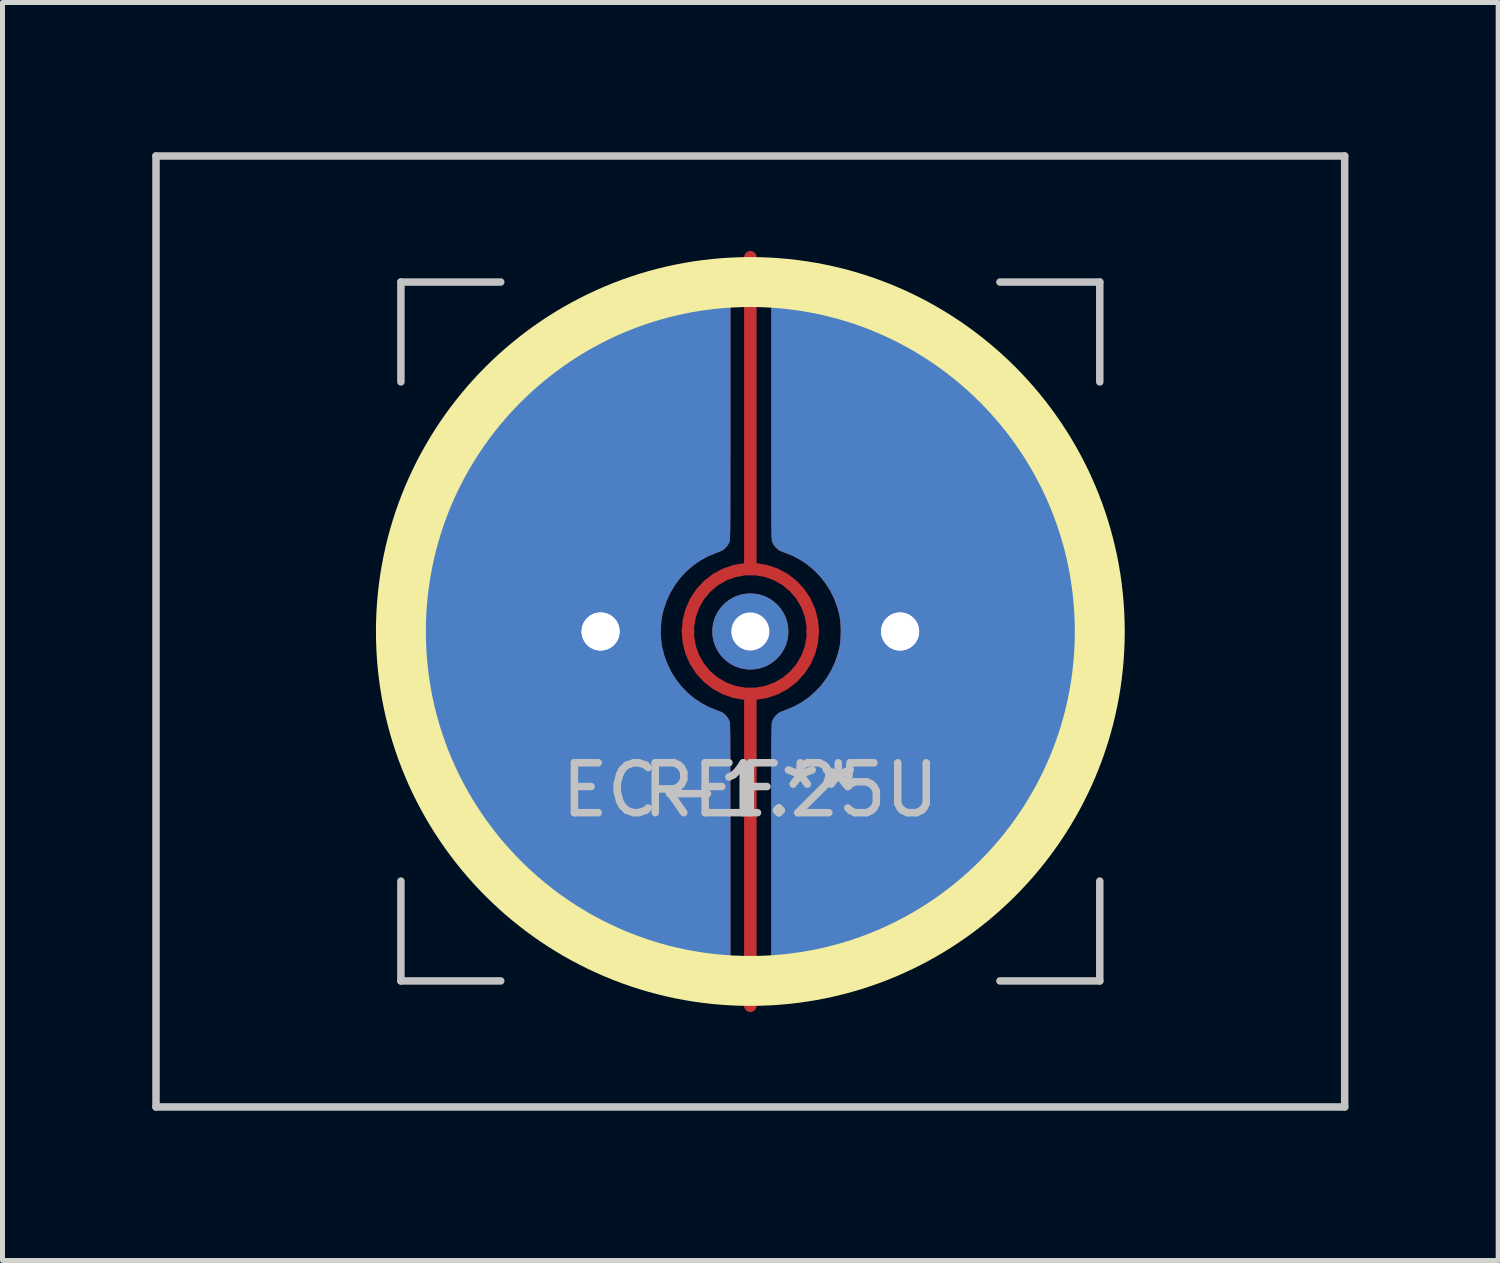
<source format=kicad_pcb>
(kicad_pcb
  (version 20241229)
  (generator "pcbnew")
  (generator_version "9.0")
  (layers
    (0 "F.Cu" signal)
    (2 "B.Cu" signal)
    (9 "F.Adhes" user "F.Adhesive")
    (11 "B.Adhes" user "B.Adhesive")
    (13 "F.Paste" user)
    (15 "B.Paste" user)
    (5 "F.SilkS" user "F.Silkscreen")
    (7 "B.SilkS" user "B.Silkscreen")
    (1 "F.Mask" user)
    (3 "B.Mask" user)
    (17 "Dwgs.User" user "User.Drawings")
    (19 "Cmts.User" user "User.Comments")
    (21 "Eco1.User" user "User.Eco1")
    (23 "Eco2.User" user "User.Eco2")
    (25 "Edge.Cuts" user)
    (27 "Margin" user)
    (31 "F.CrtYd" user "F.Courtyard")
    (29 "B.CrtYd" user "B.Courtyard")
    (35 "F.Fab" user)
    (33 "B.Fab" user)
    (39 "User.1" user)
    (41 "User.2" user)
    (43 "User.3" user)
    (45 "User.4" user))
  (footprint "EC-1.25U"
    (layer "F.Cu")
    (at 11.981 9.6)
    (property "Reference" "EC-1.25U" (at 0 3.175 0) (layer "Dwgs.User") (effects (font (size 1 1) (thickness 0.15))))
    (attr through_hole)
    (fp_circle (center 0 0) (end 7 0) (stroke (width 1) (type solid)) (fill no) (layer "F.SilkS"))
    (fp_line (start -11.906 -9.525) (end 11.906 -9.525) (stroke (width 0.15) (type solid)) (layer "Dwgs.User"))
    (fp_line (start -11.906 9.525) (end -11.906 -9.525) (stroke (width 0.15) (type solid)) (layer "Dwgs.User"))
    (fp_line (start -11.906 9.525) (end 11.906 9.525) (stroke (width 0.15) (type solid)) (layer "Dwgs.User"))
    (fp_line (start -7 -7) (end -7 -5) (stroke (width 0.15) (type solid)) (layer "Dwgs.User"))
    (fp_line (start -7 5) (end -7 7) (stroke (width 0.15) (type solid)) (layer "Dwgs.User"))
    (fp_line (start -7 7) (end -5 7) (stroke (width 0.15) (type solid)) (layer "Dwgs.User"))
    (fp_line (start -5 -7) (end -7 -7) (stroke (width 0.15) (type solid)) (layer "Dwgs.User"))
    (fp_line (start 5 -7) (end 7 -7) (stroke (width 0.15) (type solid)) (layer "Dwgs.User"))
    (fp_line (start 5 7) (end 7 7) (stroke (width 0.15) (type solid)) (layer "Dwgs.User"))
    (fp_line (start 7 -7) (end 7 -5) (stroke (width 0.15) (type solid)) (layer "Dwgs.User"))
    (fp_line (start 7 7) (end 7 5) (stroke (width 0.15) (type solid)) (layer "Dwgs.User"))
    (fp_line (start 11.906 -9.525) (end 11.906 9.525) (stroke (width 0.15) (type solid)) (layer "Dwgs.User"))
    (fp_text user "REF**" (at 0 3.175 0) (layer "Dwgs.User") (effects (font (size 1 1) (thickness 0.15))))
    (pad "" thru_hole circle (at 0 0) (size 1.524 1.524) (drill 0.762) (layers "*.Cu" "B.Mask"))
    (pad "1" thru_hole circle (at 3 0) (size 1.524 1.524) (drill 0.762) (layers "*.Cu" "B.Mask"))
    (pad "1" thru_hole custom (at 3 0) (size 1.524 1.524) (drill 0.762) (layers "F.Cu") (options (anchor circle)) (primitives (gr_poly (pts (xy -2.241 -7.099) (xy -2.176 -7.096) (xy -2.094 -7.089) (xy -2 -7.079) (xy -1.895 -7.065) (xy -1.782 -7.048) (xy -1.666 -7.029) (xy -1.548 -7.008) (xy -1.432 -6.986) (xy -1.322 -6.963) (xy -1.28 -6.954) (xy -0.92 -6.863) (xy -0.564 -6.752) (xy -0.215 -6.623) (xy 0.128 -6.476) (xy 0.463 -6.311) (xy 0.789 -6.128) (xy 1.105 -5.929) (xy 1.411 -5.714) (xy 1.672 -5.51) (xy 1.875 -5.335) (xy 2.079 -5.146) (xy 2.279 -4.947) (xy 2.47 -4.741) (xy 2.649 -4.534) (xy 2.719 -4.449) (xy 2.944 -4.151) (xy 3.153 -3.842) (xy 3.345 -3.522) (xy 3.521 -3.193) (xy 3.679 -2.855) (xy 3.82 -2.51) (xy 3.942 -2.157) (xy 4.046 -1.8) (xy 4.13 -1.437) (xy 4.148 -1.346) (xy 4.21 -0.973) (xy 4.251 -0.599) (xy 4.273 -0.225) (xy 4.275 0.149) (xy 4.257 0.523) (xy 4.22 0.895) (xy 4.163 1.264) (xy 4.087 1.631) (xy 3.992 1.993) (xy 3.877 2.351) (xy 3.758 2.668) (xy 3.608 3.015) (xy 3.44 3.352) (xy 3.254 3.679) (xy 3.051 3.997) (xy 2.83 4.305) (xy 2.593 4.602) (xy 2.514 4.694) (xy 2.461 4.753) (xy 2.397 4.822) (xy 2.324 4.899) (xy 2.246 4.979) (xy 2.166 5.059) (xy 2.087 5.137) (xy 2.013 5.209) (xy 1.946 5.272) (xy 1.917 5.298) (xy 1.631 5.543) (xy 1.334 5.771) (xy 1.026 5.982) (xy 0.707 6.177) (xy 0.379 6.354) (xy 0.042 6.515) (xy -0.302 6.657) (xy -0.654 6.781) (xy -1.013 6.887) (xy -1.377 6.975) (xy -1.747 7.043) (xy -1.971 7.074) (xy -2.07 7.086) (xy -2.151 7.094) (xy -2.216 7.099) (xy -2.267 7.101) (xy -2.305 7.099) (xy -2.329 7.095) (xy -2.403 7.067) (xy -2.468 7.021) (xy -2.522 6.962) (xy -2.555 6.907) (xy -2.581 6.85) (xy -2.581 4.348) (xy -2.581 4.084) (xy -2.581 3.838) (xy -2.581 3.612) (xy -2.581 3.403) (xy -2.581 3.211) (xy -2.581 3.035) (xy -2.581 2.875) (xy -2.58 2.729) (xy -2.58 2.598) (xy -2.58 2.48) (xy -2.58 2.375) (xy -2.579 2.281) (xy -2.579 2.199) (xy -2.578 2.126) (xy -2.577 2.064) (xy -2.577 2.01) (xy -2.576 1.964) (xy -2.575 1.926) (xy -2.574 1.894) (xy -2.573 1.869) (xy -2.571 1.848) (xy -2.57 1.832) (xy -2.569 1.819) (xy -2.567 1.809) (xy -2.565 1.801) (xy -2.563 1.795) (xy -2.563 1.794) (xy -2.54 1.747) (xy -2.504 1.698) (xy -2.463 1.655) (xy -2.42 1.624) (xy -2.414 1.62) (xy -2.386 1.608) (xy -2.347 1.592) (xy -2.303 1.575) (xy -2.288 1.57) (xy -2.124 1.502) (xy -1.971 1.417) (xy -1.827 1.316) (xy -1.696 1.2) (xy -1.577 1.072) (xy -1.471 0.931) (xy -1.381 0.779) (xy -1.305 0.617) (xy -1.247 0.446) (xy -1.213 0.31) (xy -1.2 0.221) (xy -1.192 0.119) (xy -1.189 0.011) (xy -1.191 -0.098) (xy -1.198 -0.202) (xy -1.21 -0.293) (xy -1.213 -0.31) (xy -1.259 -0.486) (xy -1.321 -0.655) (xy -1.4 -0.815) (xy -1.494 -0.964) (xy -1.603 -1.102) (xy -1.725 -1.228) (xy -1.859 -1.34) (xy -2.005 -1.437) (xy -2.161 -1.519) (xy -2.288 -1.57) (xy -2.332 -1.586) (xy -2.374 -1.603) (xy -2.407 -1.617) (xy -2.414 -1.62) (xy -2.456 -1.649) (xy -2.498 -1.691) (xy -2.535 -1.739) (xy -2.56 -1.787) (xy -2.563 -1.794) (xy -2.565 -1.8) (xy -2.567 -1.808) (xy -2.568 -1.817) (xy -2.57 -1.829) (xy -2.571 -1.845) (xy -2.572 -1.865) (xy -2.574 -1.89) (xy -2.575 -1.921) (xy -2.576 -1.958) (xy -2.577 -2.002) (xy -2.577 -2.054) (xy -2.578 -2.116) (xy -2.579 -2.186) (xy -2.579 -2.267) (xy -2.579 -2.359) (xy -2.58 -2.462) (xy -2.58 -2.578) (xy -2.58 -2.707) (xy -2.581 -2.85) (xy -2.581 -3.008) (xy -2.581 -3.181) (xy -2.581 -3.37) (xy -2.581 -3.576) (xy -2.581 -3.8) (xy -2.581 -4.042) (xy -2.581 -4.304) (xy -2.581 -4.349) (xy -2.581 -6.851) (xy -2.548 -6.917) (xy -2.51 -6.98) (xy -2.463 -7.028) (xy -2.402 -7.067) (xy -2.386 -7.074) (xy -2.355 -7.088) (xy -2.327 -7.095) (xy -2.294 -7.099) (xy -2.249 -7.099) (xy -2.241 -7.099)) (width 0) (fill yes))))
    (pad "2" thru_hole circle (at -3 0) (size 1.524 1.524) (drill 0.762) (layers "*.Cu" "B.Mask"))
    (pad "2" thru_hole custom (at -3 0) (size 1.524 1.524) (drill 0.762) (layers "F.Cu") (options (anchor circle)) (primitives (gr_poly (pts (xy 2.26 7.099) (xy 2.195 7.096) (xy 2.114 7.089) (xy 2.019 7.079) (xy 1.914 7.065) (xy 1.802 7.048) (xy 1.685 7.029) (xy 1.568 7.008) (xy 1.452 6.986) (xy 1.341 6.963) (xy 1.3 6.954) (xy 0.939 6.863) (xy 0.584 6.752) (xy 0.234 6.623) (xy -0.109 6.476) (xy -0.444 6.311) (xy -0.77 6.128) (xy -1.086 5.929) (xy -1.392 5.714) (xy -1.653 5.51) (xy -1.856 5.335) (xy -2.06 5.146) (xy -2.259 4.947) (xy -2.451 4.741) (xy -2.63 4.534) (xy -2.7 4.449) (xy -2.924 4.151) (xy -3.133 3.842) (xy -3.326 3.522) (xy -3.501 3.193) (xy -3.66 2.855) (xy -3.8 2.51) (xy -3.923 2.157) (xy -4.026 1.8) (xy -4.111 1.437) (xy -4.129 1.346) (xy -4.19 0.973) (xy -4.231 0.599) (xy -4.253 0.225) (xy -4.255 -0.149) (xy -4.237 -0.523) (xy -4.2 -0.895) (xy -4.144 -1.264) (xy -4.068 -1.631) (xy -3.973 -1.993) (xy -3.858 -2.351) (xy -3.739 -2.668) (xy -3.588 -3.015) (xy -3.42 -3.352) (xy -3.234 -3.679) (xy -3.031 -3.997) (xy -2.811 -4.305) (xy -2.573 -4.602) (xy -2.495 -4.694) (xy -2.442 -4.753) (xy -2.378 -4.822) (xy -2.305 -4.899) (xy -2.227 -4.979) (xy -2.147 -5.059) (xy -2.068 -5.137) (xy -1.994 -5.209) (xy -1.927 -5.272) (xy -1.898 -5.298) (xy -1.612 -5.543) (xy -1.314 -5.771) (xy -1.006 -5.982) (xy -0.688 -6.177) (xy -0.36 -6.354) (xy -0.023 -6.515) (xy 0.322 -6.657) (xy 0.674 -6.781) (xy 1.032 -6.887) (xy 1.397 -6.975) (xy 1.766 -7.043) (xy 1.99 -7.074) (xy 2.089 -7.086) (xy 2.171 -7.094) (xy 2.236 -7.099) (xy 2.287 -7.101) (xy 2.324 -7.099) (xy 2.348 -7.095) (xy 2.422 -7.067) (xy 2.488 -7.021) (xy 2.542 -6.962) (xy 2.574 -6.907) (xy 2.601 -6.85) (xy 2.601 -4.348) (xy 2.601 -4.084) (xy 2.601 -3.838) (xy 2.601 -3.612) (xy 2.6 -3.403) (xy 2.6 -3.211) (xy 2.6 -3.035) (xy 2.6 -2.875) (xy 2.6 -2.729) (xy 2.6 -2.598) (xy 2.599 -2.48) (xy 2.599 -2.375) (xy 2.599 -2.281) (xy 2.598 -2.199) (xy 2.597 -2.126) (xy 2.597 -2.064) (xy 2.596 -2.01) (xy 2.595 -1.964) (xy 2.594 -1.926) (xy 2.593 -1.894) (xy 2.592 -1.869) (xy 2.591 -1.848) (xy 2.589 -1.832) (xy 2.588 -1.819) (xy 2.586 -1.809) (xy 2.585 -1.801) (xy 2.583 -1.795) (xy 2.582 -1.794) (xy 2.559 -1.747) (xy 2.524 -1.698) (xy 2.482 -1.655) (xy 2.44 -1.624) (xy 2.434 -1.62) (xy 2.406 -1.608) (xy 2.366 -1.592) (xy 2.322 -1.575) (xy 2.307 -1.57) (xy 2.144 -1.502) (xy 1.99 -1.417) (xy 1.847 -1.316) (xy 1.715 -1.2) (xy 1.596 -1.072) (xy 1.491 -0.931) (xy 1.4 -0.779) (xy 1.325 -0.617) (xy 1.266 -0.446) (xy 1.233 -0.31) (xy 1.219 -0.221) (xy 1.211 -0.119) (xy 1.208 -0.011) (xy 1.21 0.098) (xy 1.217 0.202) (xy 1.23 0.293) (xy 1.233 0.31) (xy 1.278 0.486) (xy 1.341 0.655) (xy 1.419 0.815) (xy 1.514 0.964) (xy 1.622 1.102) (xy 1.744 1.228) (xy 1.879 1.34) (xy 2.024 1.437) (xy 2.181 1.519) (xy 2.307 1.57) (xy 2.352 1.586) (xy 2.394 1.603) (xy 2.426 1.617) (xy 2.434 1.62) (xy 2.476 1.649) (xy 2.518 1.691) (xy 2.554 1.739) (xy 2.58 1.787) (xy 2.582 1.794) (xy 2.584 1.8) (xy 2.586 1.808) (xy 2.588 1.817) (xy 2.589 1.829) (xy 2.591 1.845) (xy 2.592 1.865) (xy 2.593 1.89) (xy 2.594 1.921) (xy 2.595 1.958) (xy 2.596 2.002) (xy 2.597 2.054) (xy 2.597 2.116) (xy 2.598 2.186) (xy 2.598 2.267) (xy 2.599 2.359) (xy 2.599 2.462) (xy 2.6 2.578) (xy 2.6 2.707) (xy 2.6 2.85) (xy 2.6 3.008) (xy 2.6 3.181) (xy 2.6 3.37) (xy 2.601 3.576) (xy 2.601 3.8) (xy 2.601 4.042) (xy 2.601 4.304) (xy 2.601 4.349) (xy 2.601 6.851) (xy 2.568 6.917) (xy 2.53 6.98) (xy 2.483 7.028) (xy 2.422 7.067) (xy 2.406 7.074) (xy 2.375 7.088) (xy 2.346 7.095) (xy 2.313 7.099) (xy 2.268 7.099) (xy 2.26 7.099)) (width 0) (fill yes))))
    (pad "3" smd custom (at 0 -7.5) (size 0.25 0.25) (layers "F.Cu") (options (anchor circle)) (primitives (gr_line (start 0 6.25) (end 0 0) (width 0.25)) (gr_arc (start -1.25 7.5) (mid 0 6.25) (end 1.25 7.5) (width 0.25))))
    (pad "3" smd custom (at 0 7.5 180) (size 0.25 0.25) (layers "F.Cu") (options (anchor circle)) (primitives (gr_line (start 0 6.25) (end 0 0) (width 0.25)) (gr_arc (start -1.25 7.5) (mid 0 6.25) (end 1.25 7.5) (width 0.25)))))
  (gr_rect
    (start -3 -3)
    (end 26.962 22.2)
    (stroke (width 0.1) (type default))
    (fill no)
    (layer "Edge.Cuts")))
</source>
